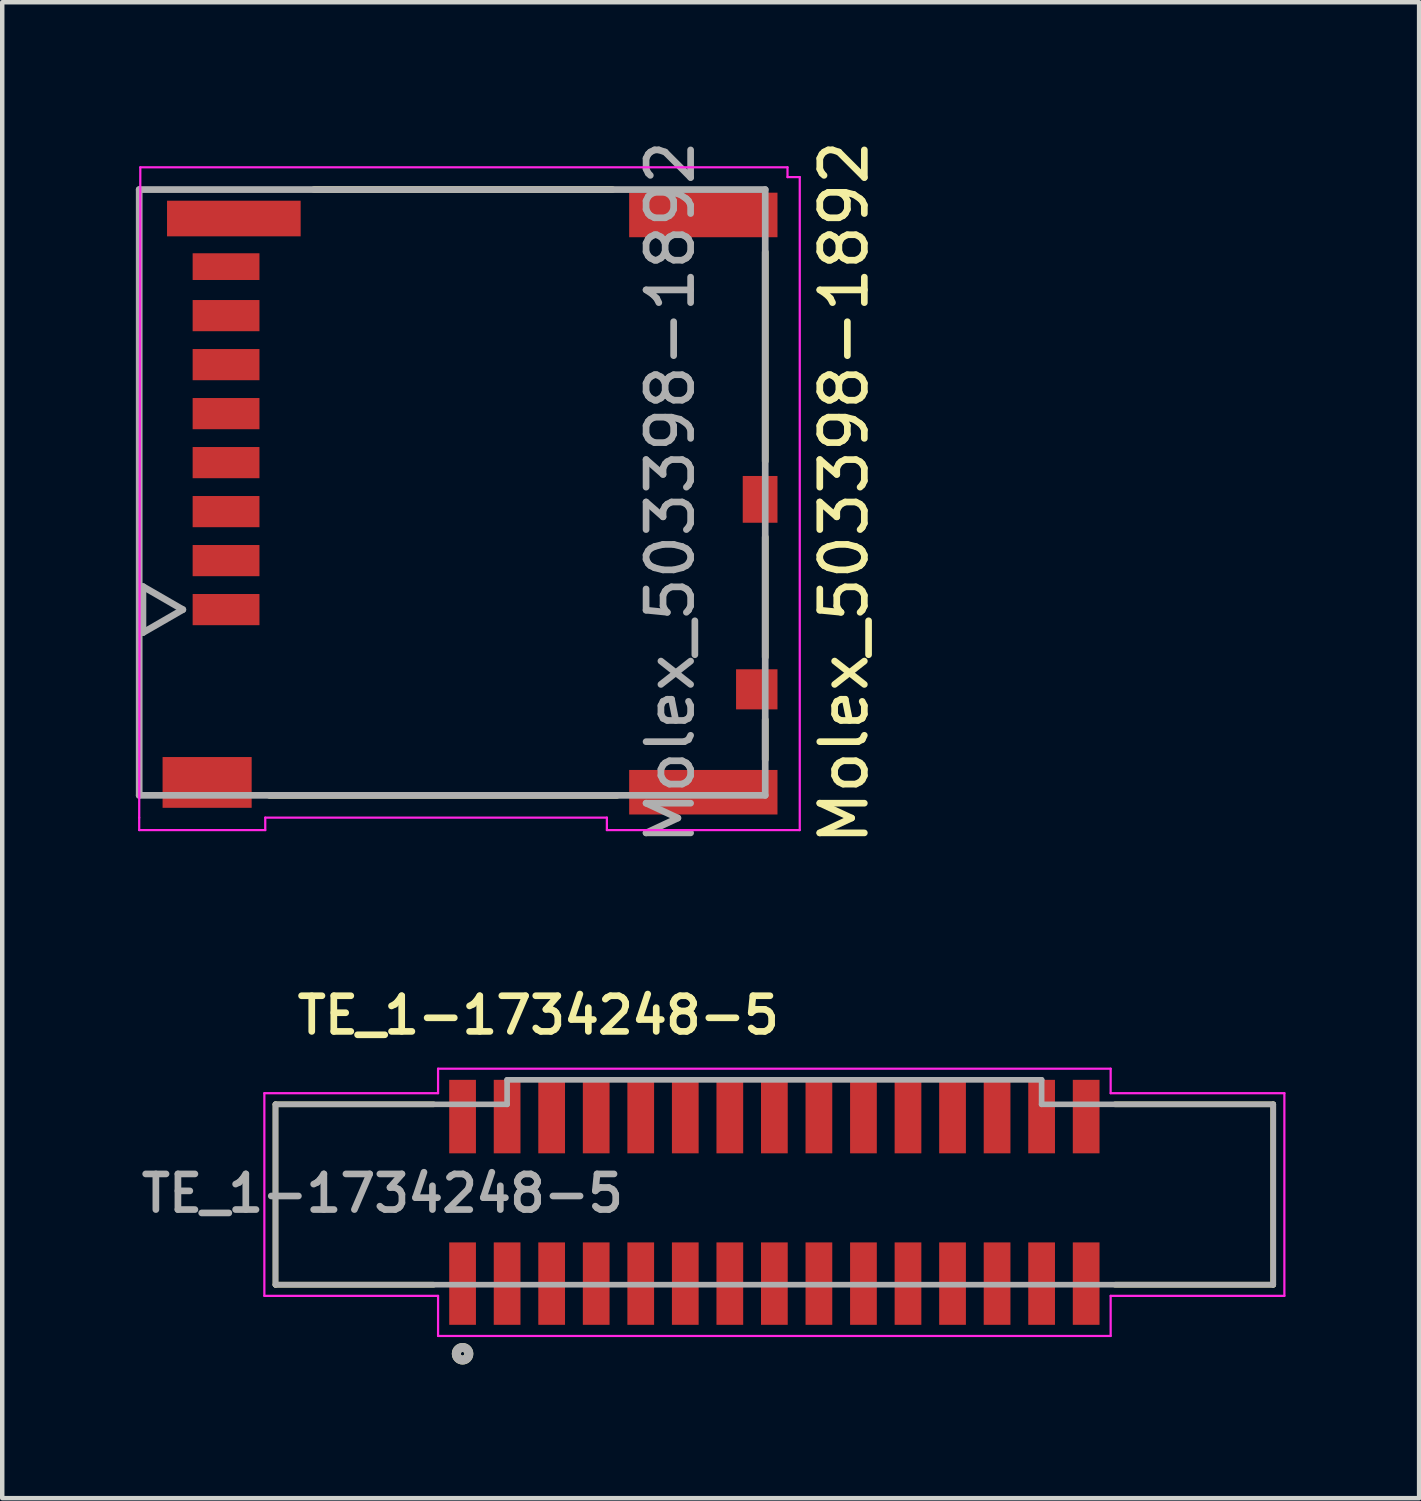
<source format=kicad_pcb>
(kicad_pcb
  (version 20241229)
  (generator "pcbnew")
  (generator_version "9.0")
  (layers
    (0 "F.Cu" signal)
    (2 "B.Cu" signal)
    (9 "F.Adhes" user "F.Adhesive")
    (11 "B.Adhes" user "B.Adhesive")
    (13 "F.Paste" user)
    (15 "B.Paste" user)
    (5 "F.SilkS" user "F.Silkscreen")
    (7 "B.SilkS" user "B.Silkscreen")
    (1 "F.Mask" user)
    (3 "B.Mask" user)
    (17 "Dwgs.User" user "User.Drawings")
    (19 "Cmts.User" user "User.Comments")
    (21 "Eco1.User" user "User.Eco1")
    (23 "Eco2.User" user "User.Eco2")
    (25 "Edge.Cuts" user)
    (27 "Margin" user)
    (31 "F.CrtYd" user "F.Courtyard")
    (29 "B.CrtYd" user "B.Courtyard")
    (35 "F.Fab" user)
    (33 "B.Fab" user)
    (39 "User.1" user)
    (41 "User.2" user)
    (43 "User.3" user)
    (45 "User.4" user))
  (footprint "TE_1-1734248-5"
    (layer "F.Cu")
    (at 14.335 23.743)
    (property "Reference" "TE_1-1734248-5" (at -5.3 -4 0) (layer "F.SilkS") (effects (font (size 0.8 0.8) (thickness 0.15))))
    (attr through_hole)
    (fp_line (start -11.2 -2) (end -7.65 -2) (stroke (width 0.127) (type solid)) (layer "F.SilkS"))
    (fp_line (start -11.2 2.05) (end -11.2 -2) (stroke (width 0.127) (type solid)) (layer "F.SilkS"))
    (fp_line (start -11.2 2.05) (end -7.65 2.05) (stroke (width 0.127) (type solid)) (layer "F.SilkS"))
    (fp_line (start 11.2 -2) (end 7.65 -2) (stroke (width 0.127) (type solid)) (layer "F.SilkS"))
    (fp_line (start 11.2 2.05) (end 7.65 2.05) (stroke (width 0.127) (type solid)) (layer "F.SilkS"))
    (fp_line (start 11.2 2.05) (end 11.2 -2) (stroke (width 0.127) (type solid)) (layer "F.SilkS"))
    (fp_circle (center -7 3.6) (end -6.859 3.6) (stroke (width 0.2) (type solid)) (fill no) (layer "F.SilkS"))
    (fp_line (start -11.45 -2.25) (end -7.55 -2.25) (stroke (width 0.05) (type solid)) (layer "F.CrtYd"))
    (fp_line (start -11.45 2.3) (end -11.45 -2.25) (stroke (width 0.05) (type solid)) (layer "F.CrtYd"))
    (fp_line (start -7.55 -2.8) (end 7.55 -2.8) (stroke (width 0.05) (type solid)) (layer "F.CrtYd"))
    (fp_line (start -7.55 -2.25) (end -7.55 -2.8) (stroke (width 0.05) (type solid)) (layer "F.CrtYd"))
    (fp_line (start -7.55 2.3) (end -11.45 2.3) (stroke (width 0.05) (type solid)) (layer "F.CrtYd"))
    (fp_line (start -7.55 3.2) (end -7.55 2.3) (stroke (width 0.05) (type solid)) (layer "F.CrtYd"))
    (fp_line (start 7.55 -2.8) (end 7.55 -2.25) (stroke (width 0.05) (type solid)) (layer "F.CrtYd"))
    (fp_line (start 7.55 -2.25) (end 11.45 -2.25) (stroke (width 0.05) (type solid)) (layer "F.CrtYd"))
    (fp_line (start 7.55 2.3) (end 7.55 3.2) (stroke (width 0.05) (type solid)) (layer "F.CrtYd"))
    (fp_line (start 7.55 3.2) (end -7.55 3.2) (stroke (width 0.05) (type solid)) (layer "F.CrtYd"))
    (fp_line (start 11.45 -2.25) (end 11.45 2.3) (stroke (width 0.05) (type solid)) (layer "F.CrtYd"))
    (fp_line (start 11.45 2.3) (end 7.55 2.3) (stroke (width 0.05) (type solid)) (layer "F.CrtYd"))
    (fp_line (start -11.2 -2) (end -6 -2) (stroke (width 0.127) (type solid)) (layer "F.Fab"))
    (fp_line (start -11.2 2.05) (end -11.2 -2) (stroke (width 0.127) (type solid)) (layer "F.Fab"))
    (fp_line (start -6 -2.55) (end 6 -2.55) (stroke (width 0.127) (type solid)) (layer "F.Fab"))
    (fp_line (start -6 -2) (end -6 -2.55) (stroke (width 0.127) (type solid)) (layer "F.Fab"))
    (fp_line (start 6 -2) (end 6 -2.55) (stroke (width 0.127) (type solid)) (layer "F.Fab"))
    (fp_line (start 11.2 -2) (end 6 -2) (stroke (width 0.127) (type solid)) (layer "F.Fab"))
    (fp_line (start 11.2 2.05) (end -11.2 2.05) (stroke (width 0.127) (type solid)) (layer "F.Fab"))
    (fp_line (start 11.2 2.05) (end 11.2 -2) (stroke (width 0.127) (type solid)) (layer "F.Fab"))
    (fp_circle (center -7 3.6) (end -6.859 3.6) (stroke (width 0.2) (type solid)) (fill no) (layer "F.Fab"))
    (fp_text user "${REFERENCE}" (at -8.8 0 0) (layer "F.Fab") (effects (font (size 0.8 0.8) (thickness 0.15))))
    (pad "1" smd rect (at -7 -1.725) (size 0.6 1.65) (layers "F.Cu" "F.Mask" "F.Paste"))
    (pad "1" smd rect (at -7 2.025) (size 0.6 1.85) (layers "F.Cu" "F.Mask" "F.Paste"))
    (pad "2" smd rect (at -6 -1.725) (size 0.6 1.65) (layers "F.Cu" "F.Mask" "F.Paste"))
    (pad "2" smd rect (at -6 2.025) (size 0.6 1.85) (layers "F.Cu" "F.Mask" "F.Paste"))
    (pad "3" smd rect (at -5 -1.725) (size 0.6 1.65) (layers "F.Cu" "F.Mask" "F.Paste"))
    (pad "3" smd rect (at -5 2.025) (size 0.6 1.85) (layers "F.Cu" "F.Mask" "F.Paste"))
    (pad "4" smd rect (at -4 -1.725) (size 0.6 1.65) (layers "F.Cu" "F.Mask" "F.Paste"))
    (pad "4" smd rect (at -4 2.025) (size 0.6 1.85) (layers "F.Cu" "F.Mask" "F.Paste"))
    (pad "5" smd rect (at -3 -1.725) (size 0.6 1.65) (layers "F.Cu" "F.Mask" "F.Paste"))
    (pad "5" smd rect (at -3 2.025) (size 0.6 1.85) (layers "F.Cu" "F.Mask" "F.Paste"))
    (pad "6" smd rect (at -2 -1.725) (size 0.6 1.65) (layers "F.Cu" "F.Mask" "F.Paste"))
    (pad "6" smd rect (at -2 2.025) (size 0.6 1.85) (layers "F.Cu" "F.Mask" "F.Paste"))
    (pad "7" smd rect (at -1 -1.725) (size 0.6 1.65) (layers "F.Cu" "F.Mask" "F.Paste"))
    (pad "7" smd rect (at -1 2.025) (size 0.6 1.85) (layers "F.Cu" "F.Mask" "F.Paste"))
    (pad "8" smd rect (at 0 -1.725) (size 0.6 1.65) (layers "F.Cu" "F.Mask" "F.Paste"))
    (pad "8" smd rect (at 0 2.025) (size 0.6 1.85) (layers "F.Cu" "F.Mask" "F.Paste"))
    (pad "9" smd rect (at 1 -1.725) (size 0.6 1.65) (layers "F.Cu" "F.Mask" "F.Paste"))
    (pad "9" smd rect (at 1 2.025) (size 0.6 1.85) (layers "F.Cu" "F.Mask" "F.Paste"))
    (pad "10" smd rect (at 2 -1.725) (size 0.6 1.65) (layers "F.Cu" "F.Mask" "F.Paste"))
    (pad "10" smd rect (at 2 2.025) (size 0.6 1.85) (layers "F.Cu" "F.Mask" "F.Paste"))
    (pad "11" smd rect (at 3 -1.725) (size 0.6 1.65) (layers "F.Cu" "F.Mask" "F.Paste"))
    (pad "11" smd rect (at 3 2.025) (size 0.6 1.85) (layers "F.Cu" "F.Mask" "F.Paste"))
    (pad "12" smd rect (at 4 -1.725) (size 0.6 1.65) (layers "F.Cu" "F.Mask" "F.Paste"))
    (pad "12" smd rect (at 4 2.025) (size 0.6 1.85) (layers "F.Cu" "F.Mask" "F.Paste"))
    (pad "13" smd rect (at 5 -1.725) (size 0.6 1.65) (layers "F.Cu" "F.Mask" "F.Paste"))
    (pad "13" smd rect (at 5 2.025) (size 0.6 1.85) (layers "F.Cu" "F.Mask" "F.Paste"))
    (pad "14" smd rect (at 6 -1.725) (size 0.6 1.65) (layers "F.Cu" "F.Mask" "F.Paste"))
    (pad "14" smd rect (at 6 2.025) (size 0.6 1.85) (layers "F.Cu" "F.Mask" "F.Paste"))
    (pad "15" smd rect (at 7 -1.725) (size 0.6 1.65) (layers "F.Cu" "F.Mask" "F.Paste"))
    (pad "15" smd rect (at 7 2.025) (size 0.6 1.85) (layers "F.Cu" "F.Mask" "F.Paste")))
  (footprint "Molex_503398-1892"
    (layer "F.Cu")
    (at 4 8.006)
    (property "Reference" "Molex_503398-1892" (at 8 0 90) (layer "F.Fab") (effects (font (size 1 1) (thickness 0.15))))
    (attr smd)
    (fp_line (start -1 6.8) (end 6.8 6.8) (stroke (width 0.15) (type solid)) (layer "F.SilkS"))
    (fp_line (start 0 -6.8) (end 6.7 -6.8) (stroke (width 0.15) (type solid)) (layer "F.SilkS"))
    (fp_line (start 10.13 -0.7) (end 10.13 -5.4) (stroke (width 0.15) (type solid)) (layer "F.SilkS"))
    (fp_line (start 10.13 3.7) (end 10.13 1) (stroke (width 0.15) (type solid)) (layer "F.SilkS"))
    (fp_line (start 10.13 6) (end 10.13 5.1) (stroke (width 0.15) (type solid)) (layer "F.SilkS"))
    (fp_line (start -3.925 7.3) (end -3.925 7.58) (stroke (width 0.05) (type solid)) (layer "F.CrtYd"))
    (fp_line (start -3.925 7.58) (end -1.095 7.58) (stroke (width 0.05) (type solid)) (layer "F.CrtYd"))
    (fp_line (start -3.9 -7.3) (end -3.925 7.3) (stroke (width 0.05) (type solid)) (layer "F.CrtYd"))
    (fp_line (start -1.095 7.3) (end 6.575 7.3) (stroke (width 0.05) (type solid)) (layer "F.CrtYd"))
    (fp_line (start -1.095 7.58) (end -1.095 7.3) (stroke (width 0.05) (type solid)) (layer "F.CrtYd"))
    (fp_line (start 6.575 7.3) (end 6.575 7.58) (stroke (width 0.05) (type solid)) (layer "F.CrtYd"))
    (fp_line (start 6.575 7.58) (end 10.905 7.58) (stroke (width 0.05) (type solid)) (layer "F.CrtYd"))
    (fp_line (start 10.63 -7.3) (end -3.9 -7.3) (stroke (width 0.05) (type solid)) (layer "F.CrtYd"))
    (fp_line (start 10.63 -7.08) (end 10.63 -7.3) (stroke (width 0.05) (type solid)) (layer "F.CrtYd"))
    (fp_line (start 10.905 -7.08) (end 10.63 -7.08) (stroke (width 0.05) (type solid)) (layer "F.CrtYd"))
    (fp_line (start 10.905 7.58) (end 10.905 -7.08) (stroke (width 0.05) (type solid)) (layer "F.CrtYd"))
    (fp_line (start -3.925 -6.8) (end 10.13 -6.8) (stroke (width 0.15) (type solid)) (layer "F.Fab"))
    (fp_line (start -3.925 6.8) (end -3.925 -6.8) (stroke (width 0.15) (type solid)) (layer "F.Fab"))
    (fp_line (start -3.841 2.112) (end -3.841 3.147) (stroke (width 0.15) (type solid)) (layer "F.Fab"))
    (fp_line (start -3.841 3.147) (end -2.945 2.63) (stroke (width 0.15) (type solid)) (layer "F.Fab"))
    (fp_line (start -2.945 2.63) (end -3.841 2.112) (stroke (width 0.15) (type solid)) (layer "F.Fab"))
    (fp_line (start 10.13 -6.8) (end 10.13 6.8) (stroke (width 0.15) (type solid)) (layer "F.Fab"))
    (fp_line (start 10.13 6.8) (end -3.925 6.8) (stroke (width 0.15) (type solid)) (layer "F.Fab"))
    (fp_text user "${REFERENCE}" (at 11.9 0 90) (layer "F.SilkS") (effects (font (size 1 1) (thickness 0.15))))
    (pad "1" smd rect (at -1.975 2.63 90) (size 0.7 1.5) (layers "F.Cu" "F.Mask" "F.Paste"))
    (pad "2" smd rect (at -1.975 1.53 90) (size 0.7 1.5) (layers "F.Cu" "F.Mask" "F.Paste"))
    (pad "3" smd rect (at -1.975 0.43 90) (size 0.7 1.5) (layers "F.Cu" "F.Mask" "F.Paste"))
    (pad "4" smd rect (at -1.975 -0.67 90) (size 0.7 1.5) (layers "F.Cu" "F.Mask" "F.Paste"))
    (pad "5" smd rect (at -1.975 -1.77 90) (size 0.7 1.5) (layers "F.Cu" "F.Mask" "F.Paste"))
    (pad "6" smd rect (at -1.975 -2.87 90) (size 0.7 1.5) (layers "F.Cu" "F.Mask" "F.Paste"))
    (pad "7" smd rect (at -1.975 -3.97 90) (size 0.7 1.5) (layers "F.Cu" "F.Mask" "F.Paste"))
    (pad "8" smd rect (at -1.975 -5.07 90) (size 0.6 1.5) (layers "F.Cu" "F.Mask" "F.Paste"))
    (pad "DS" smd rect (at 10.015 0.155 90) (size 1.05 0.78) (layers "F.Cu" "F.Mask" "F.Paste"))
    (pad "G" smd rect (at 9.94 4.42 90) (size 0.9 0.93) (layers "F.Cu" "F.Mask" "F.Paste"))
    (pad "M1" smd rect (at -2.4 6.51 90) (size 1.14 2) (layers "F.Cu" "F.Mask" "F.Paste"))
    (pad "M2" smd rect (at -1.8 -6.15 90) (size 0.8 3) (layers "F.Cu" "F.Mask" "F.Paste"))
    (pad "M3" smd rect (at 8.74 6.73 90) (size 1 3.33) (layers "F.Cu" "F.Mask" "F.Paste"))
    (pad "M4" smd rect (at 8.74 -6.23 90) (size 1 3.33) (layers "F.Cu" "F.Mask" "F.Paste")))
  (gr_rect
    (start -3 -3)
    (end 28.81 30.585)
    (stroke (width 0.1) (type default))
    (fill no)
    (layer "Edge.Cuts")))
</source>
